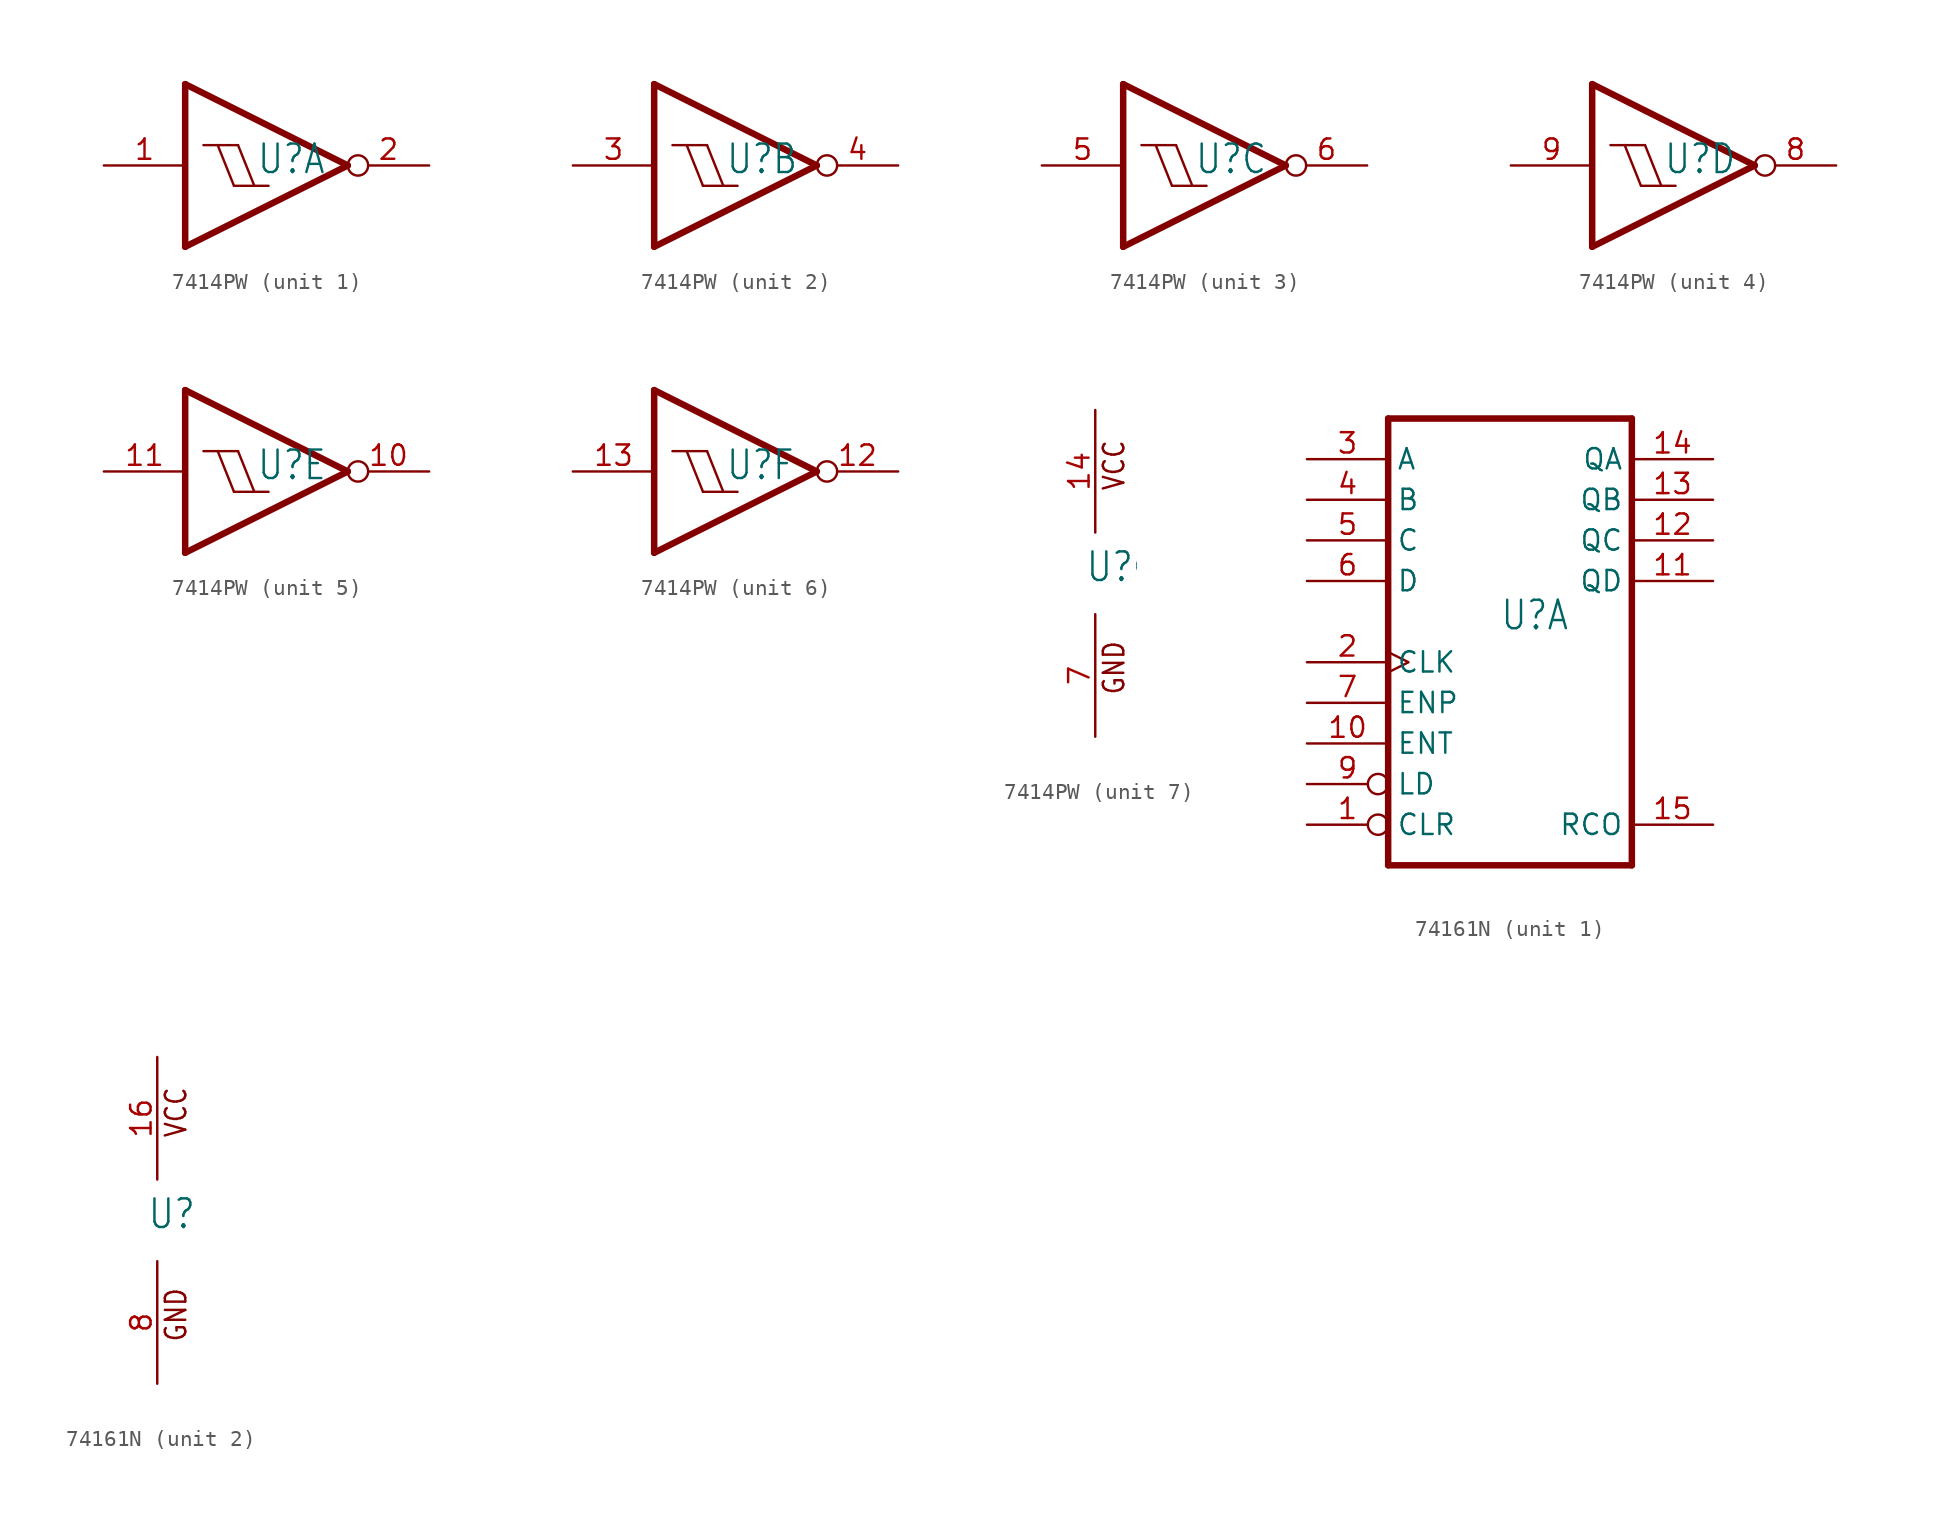
<source format=kicad_sym>
(kicad_symbol_lib
  (version 20231120)
  (generator "kicad_symbol_editor")
  (generator_version "8.0")
  (symbol "7414PW"
    (property "Reference" "U"
      (at -0.635 -0.635 0)
      (effects (font (size 1.778 1.511)) (justify left bottom)))
    (property "ki_locked" ""
      (at 0 0 0)
      (effects (font (size 1.27 1.27))))
    (symbol "7414PW_1_0"
      (polyline (pts (xy -5.08 -5.08) (xy -5.08 5.08)) (stroke (width 0.406) (type solid)) (fill (type none)))
      (polyline (pts (xy -5.08 5.08) (xy 5.08 0)) (stroke (width 0.406) (type solid)) (fill (type none)))
      (polyline (pts (xy -3.937 1.27) (xy -3.048 1.27)) (stroke (width 0.152) (type solid)) (fill (type none)))
      (polyline (pts (xy -3.048 1.27) (xy -1.778 1.27)) (stroke (width 0.152) (type solid)) (fill (type none)))
      (polyline (pts (xy -2.032 -1.27) (xy -3.048 1.27)) (stroke (width 0.152) (type solid)) (fill (type none)))
      (polyline (pts (xy -2.032 -1.27) (xy -0.762 -1.27)) (stroke (width 0.152) (type solid)) (fill (type none)))
      (polyline (pts (xy -0.762 -1.27) (xy -1.778 1.27)) (stroke (width 0.152) (type solid)) (fill (type none)))
      (polyline (pts (xy -0.762 -1.27) (xy 0.127 -1.27)) (stroke (width 0.152) (type solid)) (fill (type none)))
      (polyline (pts (xy 5.08 0) (xy -5.08 -5.08)) (stroke (width 0.406) (type solid)) (fill (type none)))
      (pin input line (at -10.16 0 0) (length 5.08) (name "I" (effects (font (size 0 0)))) (number "1" (effects (font (size 1.27 1.27)))))
      (pin output inverted (at 10.16 0 180) (length 5.08) (name "O" (effects (font (size 0 0)))) (number "2" (effects (font (size 1.27 1.27))))))
    (symbol "7414PW_2_0"
      (polyline (pts (xy -5.08 -5.08) (xy -5.08 5.08)) (stroke (width 0.406) (type solid)) (fill (type none)))
      (polyline (pts (xy -5.08 5.08) (xy 5.08 0)) (stroke (width 0.406) (type solid)) (fill (type none)))
      (polyline (pts (xy -3.937 1.27) (xy -3.048 1.27)) (stroke (width 0.152) (type solid)) (fill (type none)))
      (polyline (pts (xy -3.048 1.27) (xy -1.778 1.27)) (stroke (width 0.152) (type solid)) (fill (type none)))
      (polyline (pts (xy -2.032 -1.27) (xy -3.048 1.27)) (stroke (width 0.152) (type solid)) (fill (type none)))
      (polyline (pts (xy -2.032 -1.27) (xy -0.762 -1.27)) (stroke (width 0.152) (type solid)) (fill (type none)))
      (polyline (pts (xy -0.762 -1.27) (xy -1.778 1.27)) (stroke (width 0.152) (type solid)) (fill (type none)))
      (polyline (pts (xy -0.762 -1.27) (xy 0.127 -1.27)) (stroke (width 0.152) (type solid)) (fill (type none)))
      (polyline (pts (xy 5.08 0) (xy -5.08 -5.08)) (stroke (width 0.406) (type solid)) (fill (type none)))
      (pin input line (at -10.16 0 0) (length 5.08) (name "I" (effects (font (size 0 0)))) (number "3" (effects (font (size 1.27 1.27)))))
      (pin output inverted (at 10.16 0 180) (length 5.08) (name "O" (effects (font (size 0 0)))) (number "4" (effects (font (size 1.27 1.27))))))
    (symbol "7414PW_3_0"
      (polyline (pts (xy -5.08 -5.08) (xy -5.08 5.08)) (stroke (width 0.406) (type solid)) (fill (type none)))
      (polyline (pts (xy -5.08 5.08) (xy 5.08 0)) (stroke (width 0.406) (type solid)) (fill (type none)))
      (polyline (pts (xy -3.937 1.27) (xy -3.048 1.27)) (stroke (width 0.152) (type solid)) (fill (type none)))
      (polyline (pts (xy -3.048 1.27) (xy -1.778 1.27)) (stroke (width 0.152) (type solid)) (fill (type none)))
      (polyline (pts (xy -2.032 -1.27) (xy -3.048 1.27)) (stroke (width 0.152) (type solid)) (fill (type none)))
      (polyline (pts (xy -2.032 -1.27) (xy -0.762 -1.27)) (stroke (width 0.152) (type solid)) (fill (type none)))
      (polyline (pts (xy -0.762 -1.27) (xy -1.778 1.27)) (stroke (width 0.152) (type solid)) (fill (type none)))
      (polyline (pts (xy -0.762 -1.27) (xy 0.127 -1.27)) (stroke (width 0.152) (type solid)) (fill (type none)))
      (polyline (pts (xy 5.08 0) (xy -5.08 -5.08)) (stroke (width 0.406) (type solid)) (fill (type none)))
      (pin input line (at -10.16 0 0) (length 5.08) (name "I" (effects (font (size 0 0)))) (number "5" (effects (font (size 1.27 1.27)))))
      (pin output inverted (at 10.16 0 180) (length 5.08) (name "O" (effects (font (size 0 0)))) (number "6" (effects (font (size 1.27 1.27))))))
    (symbol "7414PW_4_0"
      (polyline (pts (xy -5.08 -5.08) (xy -5.08 5.08)) (stroke (width 0.406) (type solid)) (fill (type none)))
      (polyline (pts (xy -5.08 5.08) (xy 5.08 0)) (stroke (width 0.406) (type solid)) (fill (type none)))
      (polyline (pts (xy -3.937 1.27) (xy -3.048 1.27)) (stroke (width 0.152) (type solid)) (fill (type none)))
      (polyline (pts (xy -3.048 1.27) (xy -1.778 1.27)) (stroke (width 0.152) (type solid)) (fill (type none)))
      (polyline (pts (xy -2.032 -1.27) (xy -3.048 1.27)) (stroke (width 0.152) (type solid)) (fill (type none)))
      (polyline (pts (xy -2.032 -1.27) (xy -0.762 -1.27)) (stroke (width 0.152) (type solid)) (fill (type none)))
      (polyline (pts (xy -0.762 -1.27) (xy -1.778 1.27)) (stroke (width 0.152) (type solid)) (fill (type none)))
      (polyline (pts (xy -0.762 -1.27) (xy 0.127 -1.27)) (stroke (width 0.152) (type solid)) (fill (type none)))
      (polyline (pts (xy 5.08 0) (xy -5.08 -5.08)) (stroke (width 0.406) (type solid)) (fill (type none)))
      (pin output inverted (at 10.16 0 180) (length 5.08) (name "O" (effects (font (size 0 0)))) (number "8" (effects (font (size 1.27 1.27)))))
      (pin input line (at -10.16 0 0) (length 5.08) (name "I" (effects (font (size 0 0)))) (number "9" (effects (font (size 1.27 1.27))))))
    (symbol "7414PW_5_0"
      (polyline (pts (xy -5.08 -5.08) (xy -5.08 5.08)) (stroke (width 0.406) (type solid)) (fill (type none)))
      (polyline (pts (xy -5.08 5.08) (xy 5.08 0)) (stroke (width 0.406) (type solid)) (fill (type none)))
      (polyline (pts (xy -3.937 1.27) (xy -3.048 1.27)) (stroke (width 0.152) (type solid)) (fill (type none)))
      (polyline (pts (xy -3.048 1.27) (xy -1.778 1.27)) (stroke (width 0.152) (type solid)) (fill (type none)))
      (polyline (pts (xy -2.032 -1.27) (xy -3.048 1.27)) (stroke (width 0.152) (type solid)) (fill (type none)))
      (polyline (pts (xy -2.032 -1.27) (xy -0.762 -1.27)) (stroke (width 0.152) (type solid)) (fill (type none)))
      (polyline (pts (xy -0.762 -1.27) (xy -1.778 1.27)) (stroke (width 0.152) (type solid)) (fill (type none)))
      (polyline (pts (xy -0.762 -1.27) (xy 0.127 -1.27)) (stroke (width 0.152) (type solid)) (fill (type none)))
      (polyline (pts (xy 5.08 0) (xy -5.08 -5.08)) (stroke (width 0.406) (type solid)) (fill (type none)))
      (pin output inverted (at 10.16 0 180) (length 5.08) (name "O" (effects (font (size 0 0)))) (number "10" (effects (font (size 1.27 1.27)))))
      (pin input line (at -10.16 0 0) (length 5.08) (name "I" (effects (font (size 0 0)))) (number "11" (effects (font (size 1.27 1.27))))))
    (symbol "7414PW_6_0"
      (polyline (pts (xy -5.08 -5.08) (xy -5.08 5.08)) (stroke (width 0.406) (type solid)) (fill (type none)))
      (polyline (pts (xy -5.08 5.08) (xy 5.08 0)) (stroke (width 0.406) (type solid)) (fill (type none)))
      (polyline (pts (xy -3.937 1.27) (xy -3.048 1.27)) (stroke (width 0.152) (type solid)) (fill (type none)))
      (polyline (pts (xy -3.048 1.27) (xy -1.778 1.27)) (stroke (width 0.152) (type solid)) (fill (type none)))
      (polyline (pts (xy -2.032 -1.27) (xy -3.048 1.27)) (stroke (width 0.152) (type solid)) (fill (type none)))
      (polyline (pts (xy -2.032 -1.27) (xy -0.762 -1.27)) (stroke (width 0.152) (type solid)) (fill (type none)))
      (polyline (pts (xy -0.762 -1.27) (xy -1.778 1.27)) (stroke (width 0.152) (type solid)) (fill (type none)))
      (polyline (pts (xy -0.762 -1.27) (xy 0.127 -1.27)) (stroke (width 0.152) (type solid)) (fill (type none)))
      (polyline (pts (xy 5.08 0) (xy -5.08 -5.08)) (stroke (width 0.406) (type solid)) (fill (type none)))
      (pin output inverted (at 10.16 0 180) (length 5.08) (name "O" (effects (font (size 0 0)))) (number "12" (effects (font (size 1.27 1.27)))))
      (pin input line (at -10.16 0 0) (length 5.08) (name "I" (effects (font (size 0 0)))) (number "13" (effects (font (size 1.27 1.27))))))
    (symbol "7414PW_7_0"
      (text "GND" (at 1.905 -7.62 900) (effects (font (size 1.27 1.079)) (justify left bottom)))
      (text "VCC" (at 1.905 5.08 900) (effects (font (size 1.27 1.079)) (justify left bottom)))
      (pin power_in line (at 0 10.16 270) (length 7.62) (name "VCC" (effects (font (size 0 0)))) (number "14" (effects (font (size 1.27 1.27)))))
      (pin power_in line (at 0 -10.16 90) (length 7.62) (name "GND" (effects (font (size 0 0)))) (number "7" (effects (font (size 1.27 1.27)))))))
  (symbol "74161N"
    (property "Reference" "U"
      (at -0.635 -0.635 0)
      (effects (font (size 1.778 1.511)) (justify left bottom)))
    (property "ki_locked" ""
      (at 0 0 0)
      (effects (font (size 1.27 1.27))))
    (symbol "74161N_1_0"
      (polyline (pts (xy -7.62 -15.24) (xy 7.62 -15.24)) (stroke (width 0.406) (type solid)) (fill (type none)))
      (polyline (pts (xy -7.62 12.7) (xy -7.62 -15.24)) (stroke (width 0.406) (type solid)) (fill (type none)))
      (polyline (pts (xy 7.62 -15.24) (xy 7.62 12.7)) (stroke (width 0.406) (type solid)) (fill (type none)))
      (polyline (pts (xy 7.62 12.7) (xy -7.62 12.7)) (stroke (width 0.406) (type solid)) (fill (type none)))
      (pin input inverted (at -12.7 -12.7 0) (length 5.08) (name "CLR" (effects (font (size 1.27 1.27)))) (number "1" (effects (font (size 1.27 1.27)))))
      (pin input line (at -12.7 -7.62 0) (length 5.08) (name "ENT" (effects (font (size 1.27 1.27)))) (number "10" (effects (font (size 1.27 1.27)))))
      (pin output line (at 12.7 2.54 180) (length 5.08) (name "QD" (effects (font (size 1.27 1.27)))) (number "11" (effects (font (size 1.27 1.27)))))
      (pin output line (at 12.7 5.08 180) (length 5.08) (name "QC" (effects (font (size 1.27 1.27)))) (number "12" (effects (font (size 1.27 1.27)))))
      (pin output line (at 12.7 7.62 180) (length 5.08) (name "QB" (effects (font (size 1.27 1.27)))) (number "13" (effects (font (size 1.27 1.27)))))
      (pin output line (at 12.7 10.16 180) (length 5.08) (name "QA" (effects (font (size 1.27 1.27)))) (number "14" (effects (font (size 1.27 1.27)))))
      (pin output line (at 12.7 -12.7 180) (length 5.08) (name "RCO" (effects (font (size 1.27 1.27)))) (number "15" (effects (font (size 1.27 1.27)))))
      (pin input clock (at -12.7 -2.54 0) (length 5.08) (name "CLK" (effects (font (size 1.27 1.27)))) (number "2" (effects (font (size 1.27 1.27)))))
      (pin input line (at -12.7 10.16 0) (length 5.08) (name "A" (effects (font (size 1.27 1.27)))) (number "3" (effects (font (size 1.27 1.27)))))
      (pin input line (at -12.7 7.62 0) (length 5.08) (name "B" (effects (font (size 1.27 1.27)))) (number "4" (effects (font (size 1.27 1.27)))))
      (pin input line (at -12.7 5.08 0) (length 5.08) (name "C" (effects (font (size 1.27 1.27)))) (number "5" (effects (font (size 1.27 1.27)))))
      (pin input line (at -12.7 2.54 0) (length 5.08) (name "D" (effects (font (size 1.27 1.27)))) (number "6" (effects (font (size 1.27 1.27)))))
      (pin input line (at -12.7 -5.08 0) (length 5.08) (name "ENP" (effects (font (size 1.27 1.27)))) (number "7" (effects (font (size 1.27 1.27)))))
      (pin input inverted (at -12.7 -10.16 0) (length 5.08) (name "LD" (effects (font (size 1.27 1.27)))) (number "9" (effects (font (size 1.27 1.27))))))
    (symbol "74161N_2_0"
      (text "GND" (at 1.905 -7.62 900) (effects (font (size 1.27 1.079)) (justify left bottom)))
      (text "VCC" (at 1.905 5.08 900) (effects (font (size 1.27 1.079)) (justify left bottom)))
      (pin power_in line (at 0 10.16 270) (length 7.62) (name "VCC" (effects (font (size 0 0)))) (number "16" (effects (font (size 1.27 1.27)))))
      (pin power_in line (at 0 -10.16 90) (length 7.62) (name "GND" (effects (font (size 0 0)))) (number "8" (effects (font (size 1.27 1.27))))))))
</source>
